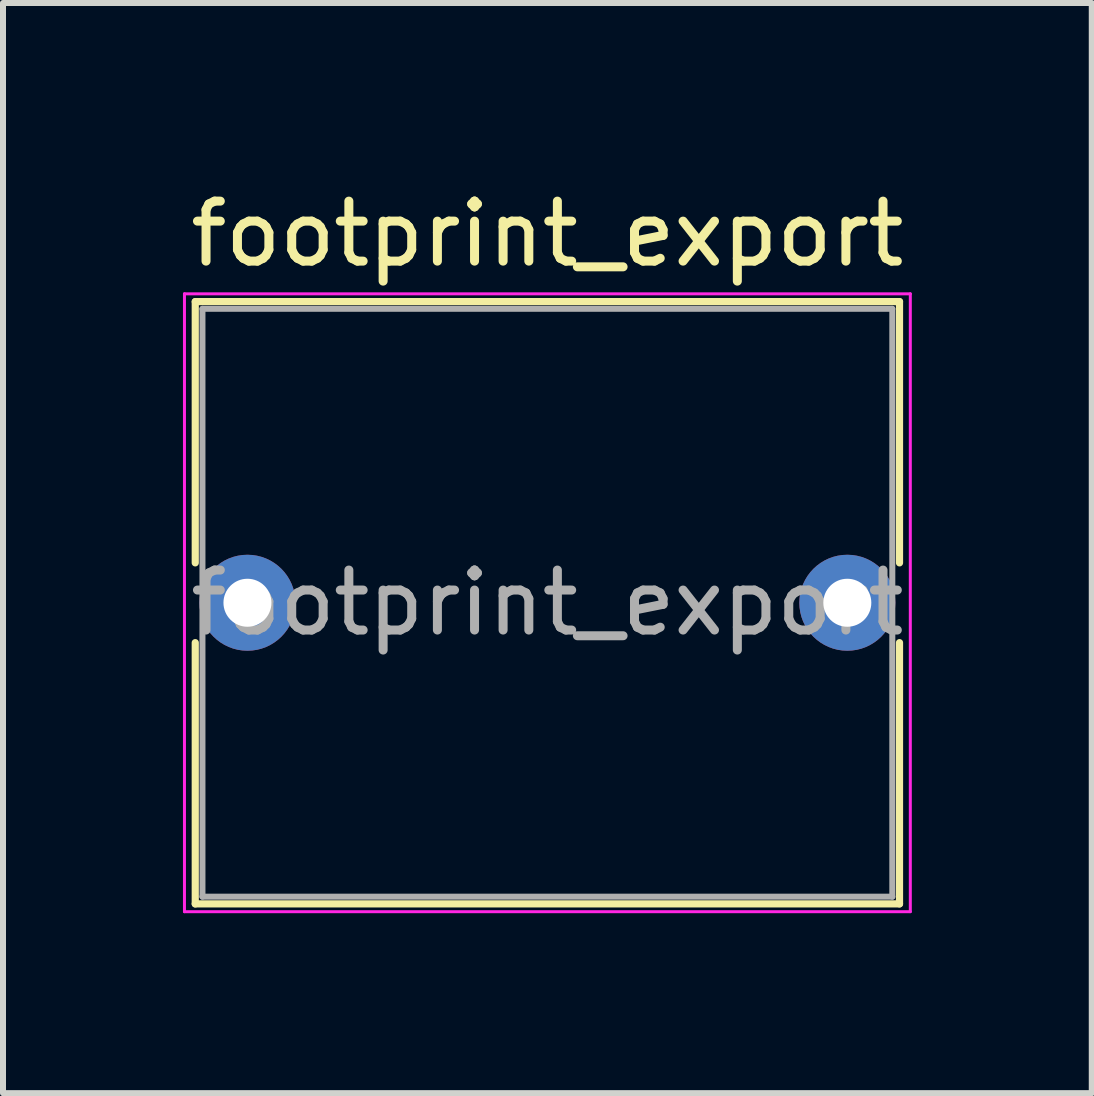
<source format=kicad_pcb>
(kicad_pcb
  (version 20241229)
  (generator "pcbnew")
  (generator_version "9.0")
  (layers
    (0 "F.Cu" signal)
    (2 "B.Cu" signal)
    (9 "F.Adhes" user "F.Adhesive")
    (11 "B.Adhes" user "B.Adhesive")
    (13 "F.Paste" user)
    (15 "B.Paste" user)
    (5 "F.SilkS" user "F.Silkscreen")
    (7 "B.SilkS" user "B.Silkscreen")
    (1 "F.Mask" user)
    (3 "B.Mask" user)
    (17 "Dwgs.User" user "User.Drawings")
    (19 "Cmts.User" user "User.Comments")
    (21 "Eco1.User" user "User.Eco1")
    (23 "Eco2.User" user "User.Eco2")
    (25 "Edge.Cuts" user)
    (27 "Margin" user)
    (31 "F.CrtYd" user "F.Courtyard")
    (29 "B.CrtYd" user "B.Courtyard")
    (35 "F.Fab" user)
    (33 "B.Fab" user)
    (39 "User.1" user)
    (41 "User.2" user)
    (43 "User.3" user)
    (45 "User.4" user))
  (footprint "footprint_export"
    (layer "F.Cu")
    (at 1.075 6.998)
    (property "Reference" "footprint_export" (at 5 -6.15 0) (layer "F.SilkS") (effects (font (size 1 1) (thickness 0.15))))
    (attr through_hole)
    (fp_line (start -0.87 -5.02) (end -0.87 -0.665) (stroke (width 0.12) (type solid)) (layer "F.SilkS"))
    (fp_line (start -0.87 -5.02) (end 10.87 -5.02) (stroke (width 0.12) (type solid)) (layer "F.SilkS"))
    (fp_line (start -0.87 0.665) (end -0.87 5.02) (stroke (width 0.12) (type solid)) (layer "F.SilkS"))
    (fp_line (start -0.87 5.02) (end 10.87 5.02) (stroke (width 0.12) (type solid)) (layer "F.SilkS"))
    (fp_line (start 10.87 -5.02) (end 10.87 -0.665) (stroke (width 0.12) (type solid)) (layer "F.SilkS"))
    (fp_line (start 10.87 0.665) (end 10.87 5.02) (stroke (width 0.12) (type solid)) (layer "F.SilkS"))
    (fp_line (start -1.05 -5.15) (end -1.05 5.15) (stroke (width 0.05) (type solid)) (layer "F.CrtYd"))
    (fp_line (start -1.05 5.15) (end 11.05 5.15) (stroke (width 0.05) (type solid)) (layer "F.CrtYd"))
    (fp_line (start 11.05 -5.15) (end -1.05 -5.15) (stroke (width 0.05) (type solid)) (layer "F.CrtYd"))
    (fp_line (start 11.05 5.15) (end 11.05 -5.15) (stroke (width 0.05) (type solid)) (layer "F.CrtYd"))
    (fp_line (start -0.75 -4.9) (end -0.75 4.9) (stroke (width 0.1) (type solid)) (layer "F.Fab"))
    (fp_line (start -0.75 4.9) (end 10.75 4.9) (stroke (width 0.1) (type solid)) (layer "F.Fab"))
    (fp_line (start 10.75 -4.9) (end -0.75 -4.9) (stroke (width 0.1) (type solid)) (layer "F.Fab"))
    (fp_line (start 10.75 4.9) (end 10.75 -4.9) (stroke (width 0.1) (type solid)) (layer "F.Fab"))
    (fp_text user "${REFERENCE}" (at 5 0 0) (layer "F.Fab") (effects (font (size 1 1) (thickness 0.15))))
    (pad "1" thru_hole circle (at 0 0) (size 1.6 1.6) (drill 0.8) (layers "*.Cu" "*.Mask"))
    (pad "2" thru_hole circle (at 10 0) (size 1.6 1.6) (drill 0.8) (layers "*.Cu" "*.Mask")))
  (gr_rect
    (start -3 -3)
    (end 15.15 15.173)
    (stroke (width 0.1) (type default))
    (fill no)
    (layer "Edge.Cuts")))
</source>
